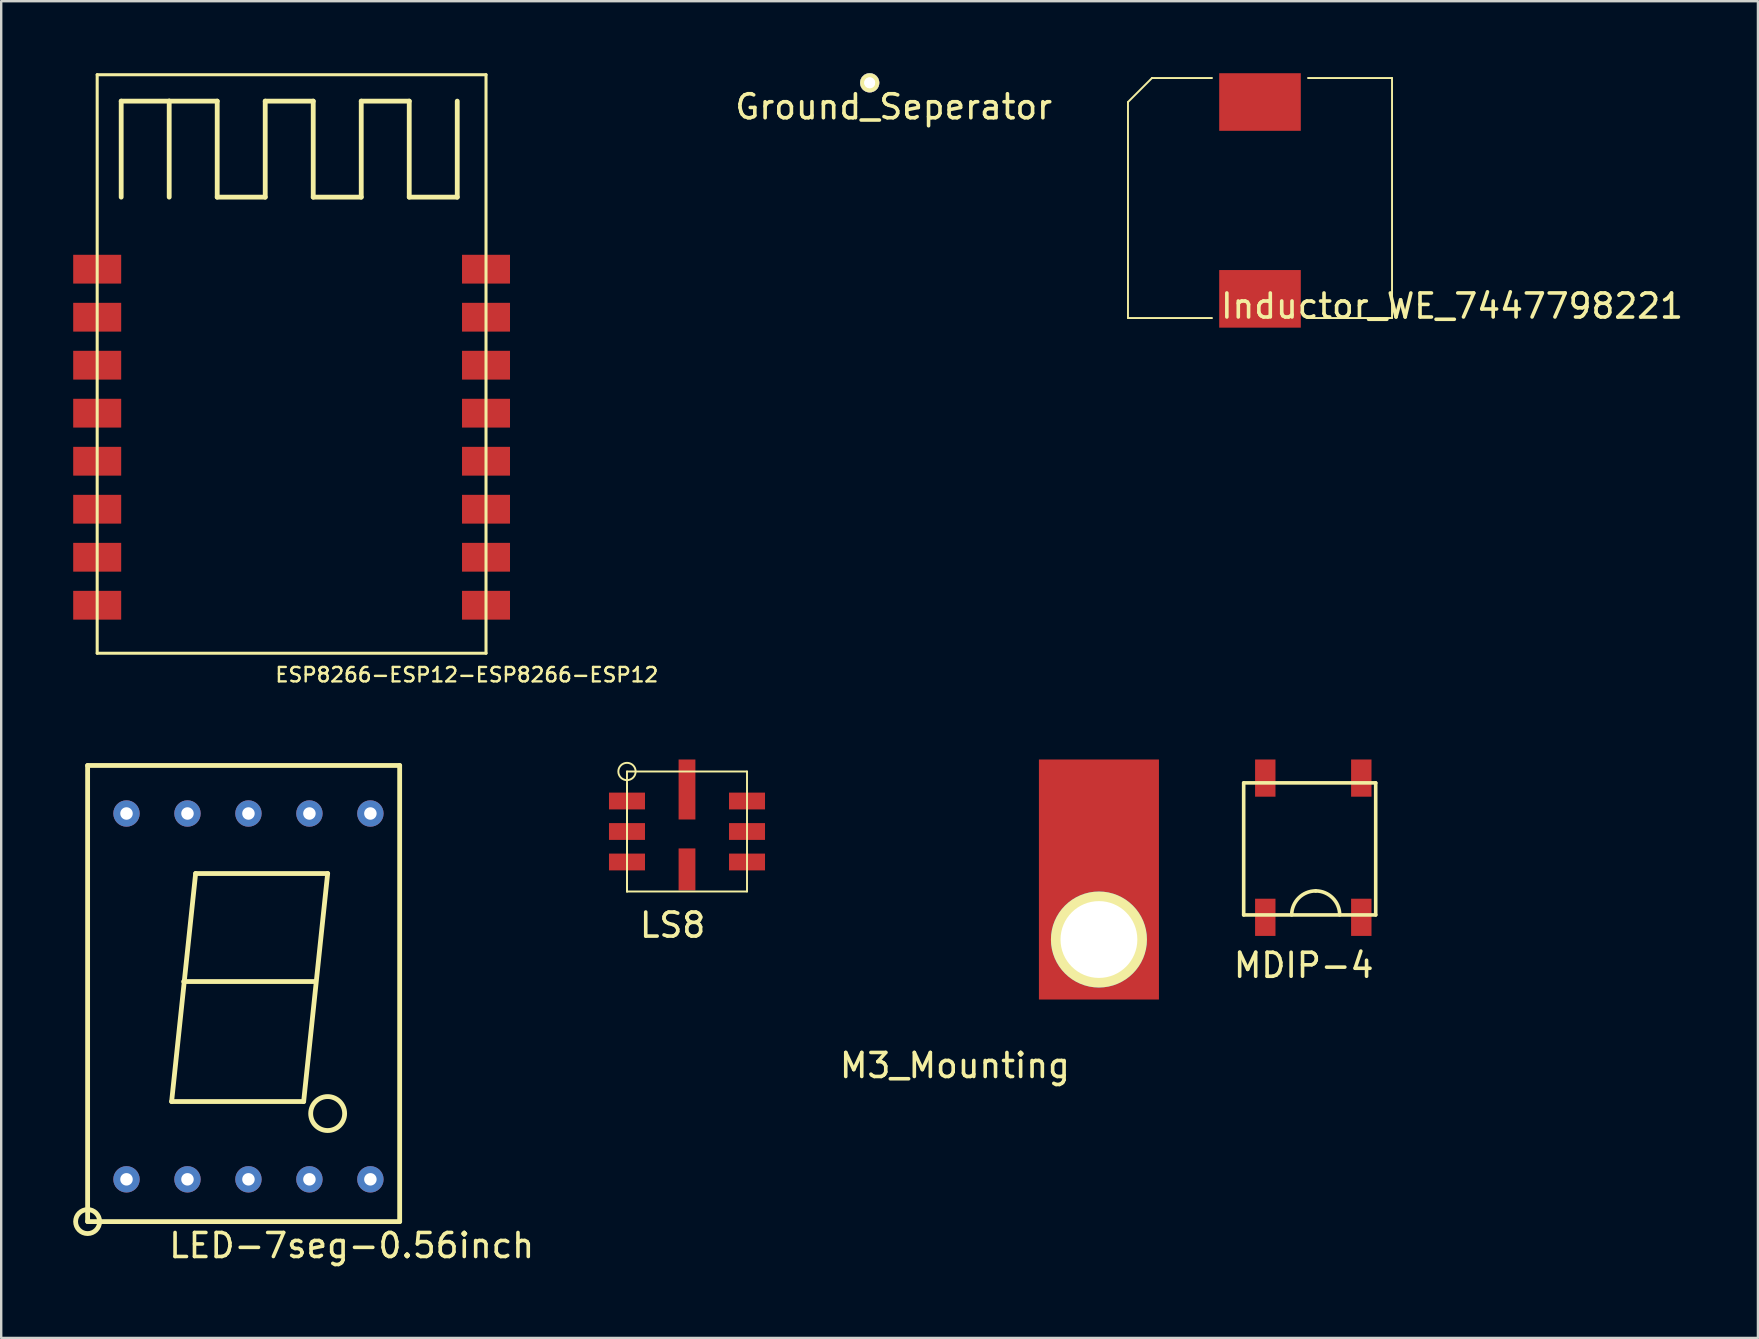
<source format=kicad_pcb>
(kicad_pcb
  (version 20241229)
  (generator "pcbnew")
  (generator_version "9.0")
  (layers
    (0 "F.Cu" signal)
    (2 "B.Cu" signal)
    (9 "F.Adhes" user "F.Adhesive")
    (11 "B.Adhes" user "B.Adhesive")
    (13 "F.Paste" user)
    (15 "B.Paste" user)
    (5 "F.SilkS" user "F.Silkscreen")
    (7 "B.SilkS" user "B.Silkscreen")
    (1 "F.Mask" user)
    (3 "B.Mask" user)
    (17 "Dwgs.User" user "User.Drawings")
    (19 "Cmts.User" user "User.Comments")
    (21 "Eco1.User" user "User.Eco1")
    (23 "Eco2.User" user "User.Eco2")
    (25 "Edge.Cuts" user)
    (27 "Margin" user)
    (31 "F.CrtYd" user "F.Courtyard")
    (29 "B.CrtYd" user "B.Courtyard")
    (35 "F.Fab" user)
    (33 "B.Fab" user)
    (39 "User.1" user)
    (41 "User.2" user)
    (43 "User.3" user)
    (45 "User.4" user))
  (footprint "LED-7seg-0.56inch"
    (layer "F.Cu")
    (at 0.6 28.84)
    (property "Reference" "LED-7seg-0.56inch" (at 11 20 0) (layer "F.SilkS") (effects (font (size 1 1) (thickness 0.15))))
    (attr through_hole)
    (fp_line (start 0 0) (end 13 0) (stroke (width 0.2) (type solid)) (layer "F.SilkS"))
    (fp_line (start 0 19) (end 0 0) (stroke (width 0.2) (type solid)) (layer "F.SilkS"))
    (fp_line (start 3.5 14) (end 9 14) (stroke (width 0.2) (type solid)) (layer "F.SilkS"))
    (fp_line (start 4 9) (end 9.5 9) (stroke (width 0.2) (type solid)) (layer "F.SilkS"))
    (fp_line (start 4.5 4.5) (end 3.5 14) (stroke (width 0.2) (type solid)) (layer "F.SilkS"))
    (fp_line (start 9 14) (end 10 4.5) (stroke (width 0.2) (type solid)) (layer "F.SilkS"))
    (fp_line (start 10 4.5) (end 4.5 4.5) (stroke (width 0.2) (type solid)) (layer "F.SilkS"))
    (fp_line (start 13 0) (end 13 19) (stroke (width 0.2) (type solid)) (layer "F.SilkS"))
    (fp_line (start 13 19) (end 0 19) (stroke (width 0.2) (type solid)) (layer "F.SilkS"))
    (fp_circle (center 0 19) (end 0.5 19) (stroke (width 0.2) (type solid)) (fill no) (layer "F.SilkS"))
    (fp_circle (center 10 14.5) (end 10.5 15) (stroke (width 0.2) (type solid)) (fill no) (layer "F.SilkS"))
    (pad "1" thru_hole circle (at 1.62 17.24) (size 1.1 1.1) (drill 0.52) (layers "*.Cu" "*.Mask"))
    (pad "2" thru_hole circle (at 4.16 17.24) (size 1.1 1.1) (drill 0.52) (layers "*.Cu" "*.Mask"))
    (pad "3" thru_hole circle (at 6.7 17.24) (size 1.1 1.1) (drill 0.52) (layers "*.Cu" "*.Mask"))
    (pad "4" thru_hole circle (at 9.24 17.24) (size 1.1 1.1) (drill 0.52) (layers "*.Cu" "*.Mask"))
    (pad "5" thru_hole circle (at 11.78 17.24) (size 1.1 1.1) (drill 0.52) (layers "*.Cu" "*.Mask"))
    (pad "6" thru_hole circle (at 11.78 2) (size 1.1 1.1) (drill 0.52) (layers "*.Cu" "*.Mask"))
    (pad "7" thru_hole circle (at 9.24 2) (size 1.1 1.1) (drill 0.52) (layers "*.Cu" "*.Mask"))
    (pad "8" thru_hole circle (at 6.7 2) (size 1.1 1.1) (drill 0.52) (layers "*.Cu" "*.Mask"))
    (pad "9" thru_hole circle (at 4.16 2) (size 1.1 1.1) (drill 0.52) (layers "*.Cu" "*.Mask"))
    (pad "10" thru_hole circle (at 1.62 2) (size 1.1 1.1) (drill 0.52) (layers "*.Cu" "*.Mask")))
  (footprint "LS8"
    (layer "F.Cu")
    (at 23.07 31.59)
    (property "Reference" "LS8" (at 1.9 3.9 0) (layer "F.SilkS") (effects (font (size 1 1) (thickness 0.15))))
    (attr through_hole)
    (fp_line (start 0 -2.5) (end 5 -2.5) (stroke (width 0.08) (type solid)) (layer "F.SilkS"))
    (fp_line (start 0 -2) (end 0 2.5) (stroke (width 0.08) (type solid)) (layer "F.SilkS"))
    (fp_line (start 0 2.5) (end 0 -2.5) (stroke (width 0.08) (type solid)) (layer "F.SilkS"))
    (fp_line (start 5 -2.5) (end 5 2.5) (stroke (width 0.08) (type solid)) (layer "F.SilkS"))
    (fp_line (start 5 2.5) (end 0 2.5) (stroke (width 0.08) (type solid)) (layer "F.SilkS"))
    (fp_circle (center 0 -2.5) (end 0.3 -2.3) (stroke (width 0.08) (type solid)) (fill no) (layer "F.SilkS"))
    (pad "1" smd rect (at 0 -1.27) (size 1.5 0.7) (layers "F.Cu" "F.Mask" "F.Paste"))
    (pad "2" smd rect (at 0 0) (size 1.5 0.7) (layers "F.Cu" "F.Mask" "F.Paste"))
    (pad "3" smd rect (at 0 1.27) (size 1.5 0.7) (layers "F.Cu" "F.Mask" "F.Paste"))
    (pad "4" smd rect (at 2.5 1.58) (size 0.7 1.75) (layers "F.Cu" "F.Mask" "F.Paste"))
    (pad "5" smd rect (at 5 1.27) (size 1.5 0.7) (layers "F.Cu" "F.Mask" "F.Paste"))
    (pad "6" smd rect (at 5 0) (size 1.5 0.7) (layers "F.Cu" "F.Mask" "F.Paste"))
    (pad "7" smd rect (at 5 -1.27) (size 1.5 0.7) (layers "F.Cu" "F.Mask" "F.Paste"))
    (pad "8" smd rect (at 2.5 -1.75) (size 0.7 2.5) (layers "F.Cu" "F.Mask" "F.Paste")))
  (footprint "ESP8266-ESP12-ESP8266-ESP12"
    (placed yes)
    (layer "F.Cu")
    (at 0.999 24.163)
    (property "Reference" "ESP8266-ESP12-ESP8266-ESP12" (at 15.4 0.9 180) (layer "F.SilkS") (effects (font (size 0.6 0.6) (thickness 0.1))))
    (attr smd)
    (fp_line (start 0 -24.1) (end 0 0) (stroke (width 0.127) (type solid)) (layer "F.SilkS"))
    (fp_line (start 0 0) (end 16.198 0) (stroke (width 0.127) (type solid)) (layer "F.SilkS"))
    (fp_line (start 1 -23) (end 1 -19) (stroke (width 0.2) (type solid)) (layer "F.SilkS"))
    (fp_line (start 1 -23) (end 3 -23) (stroke (width 0.2) (type solid)) (layer "F.SilkS"))
    (fp_line (start 3 -23) (end 5 -23) (stroke (width 0.2) (type solid)) (layer "F.SilkS"))
    (fp_line (start 3 -19) (end 3 -23) (stroke (width 0.2) (type solid)) (layer "F.SilkS"))
    (fp_line (start 5 -23) (end 5 -19) (stroke (width 0.2) (type solid)) (layer "F.SilkS"))
    (fp_line (start 5 -19) (end 7 -19) (stroke (width 0.2) (type solid)) (layer "F.SilkS"))
    (fp_line (start 7 -23) (end 9 -23) (stroke (width 0.2) (type solid)) (layer "F.SilkS"))
    (fp_line (start 7 -19) (end 7 -23) (stroke (width 0.2) (type solid)) (layer "F.SilkS"))
    (fp_line (start 9 -23) (end 9 -19) (stroke (width 0.2) (type solid)) (layer "F.SilkS"))
    (fp_line (start 9 -19) (end 11 -19) (stroke (width 0.2) (type solid)) (layer "F.SilkS"))
    (fp_line (start 11 -23) (end 13 -23) (stroke (width 0.2) (type solid)) (layer "F.SilkS"))
    (fp_line (start 11 -19) (end 11 -23) (stroke (width 0.2) (type solid)) (layer "F.SilkS"))
    (fp_line (start 13 -23) (end 13 -19) (stroke (width 0.2) (type solid)) (layer "F.SilkS"))
    (fp_line (start 13 -19) (end 15 -19) (stroke (width 0.2) (type solid)) (layer "F.SilkS"))
    (fp_line (start 15 -19) (end 15 -23) (stroke (width 0.2) (type solid)) (layer "F.SilkS"))
    (fp_line (start 16.198 -24.1) (end 0 -24.1) (stroke (width 0.127) (type solid)) (layer "F.SilkS"))
    (fp_line (start 16.198 0) (end 16.198 -24.1) (stroke (width 0.127) (type solid)) (layer "F.SilkS"))
    (pad "1" smd rect (at 0 -15.999) (size 1.999 1.199) (layers "F.Cu" "F.Mask" "F.Paste"))
    (pad "2" smd rect (at 0 -13.998) (size 1.999 1.199) (layers "F.Cu" "F.Mask" "F.Paste"))
    (pad "3" smd rect (at 0 -11.999) (size 1.999 1.199) (layers "F.Cu" "F.Mask" "F.Paste"))
    (pad "4" smd rect (at 0 -10) (size 1.999 1.199) (layers "F.Cu" "F.Mask" "F.Paste"))
    (pad "5" smd rect (at 0 -7.998) (size 1.999 1.199) (layers "F.Cu" "F.Mask" "F.Paste"))
    (pad "6" smd rect (at 0 -5.999) (size 1.999 1.199) (layers "F.Cu" "F.Mask" "F.Paste"))
    (pad "7" smd rect (at 0 -3.998) (size 1.999 1.199) (layers "F.Cu" "F.Mask" "F.Paste"))
    (pad "8" smd rect (at 0 -1.999) (size 1.999 1.199) (layers "F.Cu" "F.Mask" "F.Paste"))
    (pad "9" smd rect (at 16.198 -1.999) (size 1.999 1.199) (layers "F.Cu" "F.Mask" "F.Paste"))
    (pad "10" smd rect (at 16.198 -3.998) (size 1.999 1.199) (layers "F.Cu" "F.Mask" "F.Paste"))
    (pad "11" smd rect (at 16.198 -5.999) (size 1.999 1.199) (layers "F.Cu" "F.Mask" "F.Paste"))
    (pad "12" smd rect (at 16.198 -7.998) (size 1.999 1.199) (layers "F.Cu" "F.Mask" "F.Paste"))
    (pad "13" smd rect (at 16.198 -10) (size 1.999 1.199) (layers "F.Cu" "F.Mask" "F.Paste"))
    (pad "14" smd rect (at 16.198 -11.999) (size 1.999 1.199) (layers "F.Cu" "F.Mask" "F.Paste"))
    (pad "15" smd rect (at 16.198 -13.998) (size 1.999 1.199) (layers "F.Cu" "F.Mask" "F.Paste"))
    (pad "16" smd rect (at 16.198 -15.999) (size 1.999 1.199) (layers "F.Cu" "F.Mask" "F.Paste")))
  (footprint "Inductor_WE_7447798221"
    (layer "F.Cu")
    (at 49.441 1.2)
    (property "Reference" "Inductor_WE_7447798221" (at 8 8.5 0) (layer "F.SilkS") (effects (font (size 1 1) (thickness 0.15))))
    (attr through_hole)
    (fp_line (start -5.5 0) (end -5.5 9) (stroke (width 0.08) (type solid)) (layer "F.SilkS"))
    (fp_line (start -5.5 9) (end -2 9) (stroke (width 0.08) (type solid)) (layer "F.SilkS"))
    (fp_line (start -4.5 -1) (end -5.5 0) (stroke (width 0.08) (type solid)) (layer "F.SilkS"))
    (fp_line (start -2 -1) (end -4.5 -1) (stroke (width 0.08) (type solid)) (layer "F.SilkS"))
    (fp_line (start 2 9) (end 5 9) (stroke (width 0.08) (type solid)) (layer "F.SilkS"))
    (fp_line (start 5 9) (end 5.5 9) (stroke (width 0.08) (type solid)) (layer "F.SilkS"))
    (fp_line (start 5.5 -1) (end 2 -1) (stroke (width 0.08) (type solid)) (layer "F.SilkS"))
    (fp_line (start 5.5 9) (end 5.5 -1) (stroke (width 0.08) (type solid)) (layer "F.SilkS"))
    (pad "1" smd rect (at 0 0) (size 3.4 2.4) (layers "F.Cu" "F.Mask" "F.Paste"))
    (pad "2" smd rect (at 0 8.2) (size 3.4 2.4) (layers "F.Cu" "F.Mask" "F.Paste")))
  (footprint "Ground_Seperator"
    (layer "F.Cu")
    (at 33.181 0.4)
    (property "Reference" "Ground_Seperator" (at 1 1 0) (layer "F.SilkS") (effects (font (size 1 1) (thickness 0.15))))
    (attr through_hole)
    (pad "1" thru_hole circle (at 0 0) (size 0.8 0.8) (drill 0.45) (layers "*.Cu" "*.Mask" "F.SilkS"))
    (pad "2" thru_hole circle (at 0 0) (size 0.8 0.8) (drill 0.45) (layers "*.Cu")))
  (footprint "MDIP-4"
    (layer "F.Cu")
    (at 51.761 30.565)
    (property "Reference" "MDIP-4" (at -0.5 6.6 0) (layer "F.SilkS") (effects (font (size 1 1) (thickness 0.15))))
    (attr through_hole)
    (fp_line (start -3 -1) (end 2.5 -1) (stroke (width 0.15) (type solid)) (layer "F.SilkS"))
    (fp_line (start -3 4.5) (end -3 -1) (stroke (width 0.15) (type solid)) (layer "F.SilkS"))
    (fp_line (start 2.5 -1) (end 2.5 4.5) (stroke (width 0.15) (type solid)) (layer "F.SilkS"))
    (fp_line (start 2.5 4.5) (end -3 4.5) (stroke (width 0.15) (type solid)) (layer "F.SilkS"))
    (fp_arc (start -1 4.5) (mid -0.707107 3.792893) (end 0 3.5) (stroke (width 0.15) (type solid)) (layer "F.SilkS"))
    (fp_arc (start 0 3.5) (mid 0.707107 3.792893) (end 1 4.5) (stroke (width 0.15) (type solid)) (layer "F.SilkS"))
    (pad "+" smd rect (at -2.1 4.6) (size 0.85 1.55) (layers "F.Cu" "F.Mask" "F.Paste"))
    (pad "-" smd rect (at 1.9 4.6) (size 0.85 1.55) (layers "F.Cu" "F.Mask" "F.Paste"))
    (pad "AC1" smd rect (at -2.1 -1.2) (size 0.85 1.55) (layers "F.Cu" "F.Mask" "F.Paste"))
    (pad "AC2" smd rect (at 1.9 -1.2) (size 0.85 1.55) (layers "F.Cu" "F.Mask" "F.Paste")))
  (footprint "M3_Mounting"
    (layer "F.Cu")
    (at 42.731 36.34)
    (property "Reference" "M3_Mounting" (at -6 5 0) (layer "F.SilkS") (effects (font (size 1 1) (thickness 0.15))))
    (attr through_hole)
    (pad "1" smd rect (at 0 -2.75) (size 5 10) (layers "F.Cu" "F.Mask" "F.Paste"))
    (pad "1" thru_hole circle (at 0 -0.25) (size 4 4) (drill 3.2) (layers "*.Cu" "*.Mask" "F.SilkS")))
  (gr_rect
    (start -3 -3)
    (end 70.185 52.688)
    (stroke (width 0.1) (type default))
    (fill no)
    (layer "Edge.Cuts")))
</source>
